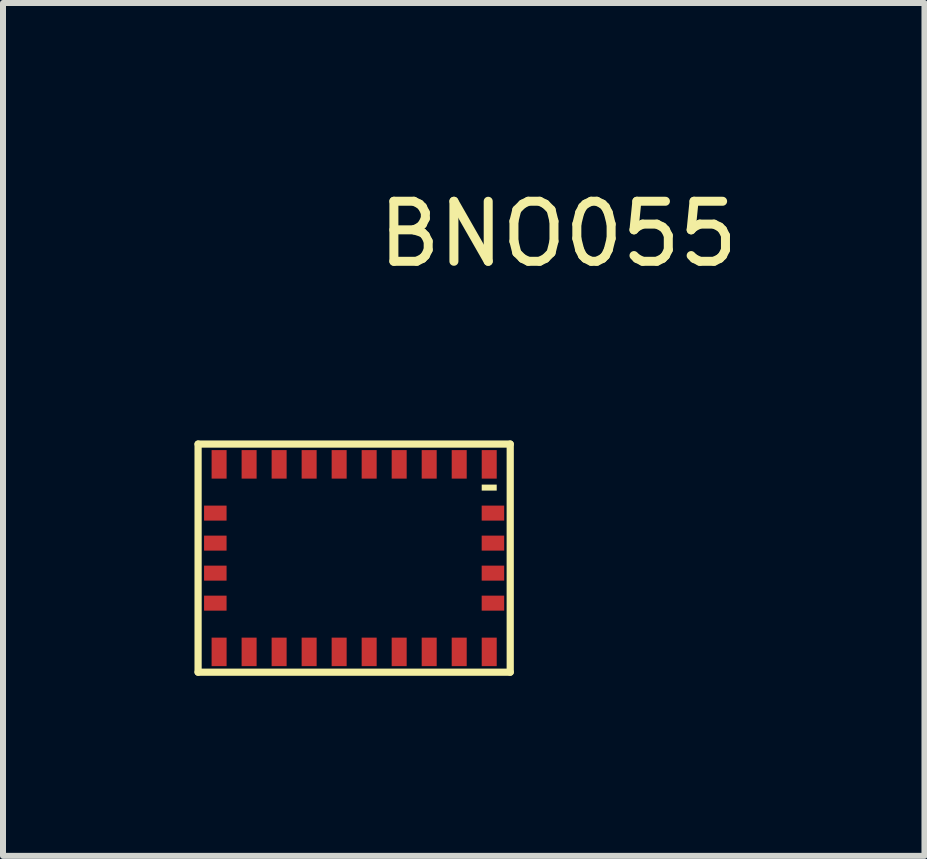
<source format=kicad_pcb>
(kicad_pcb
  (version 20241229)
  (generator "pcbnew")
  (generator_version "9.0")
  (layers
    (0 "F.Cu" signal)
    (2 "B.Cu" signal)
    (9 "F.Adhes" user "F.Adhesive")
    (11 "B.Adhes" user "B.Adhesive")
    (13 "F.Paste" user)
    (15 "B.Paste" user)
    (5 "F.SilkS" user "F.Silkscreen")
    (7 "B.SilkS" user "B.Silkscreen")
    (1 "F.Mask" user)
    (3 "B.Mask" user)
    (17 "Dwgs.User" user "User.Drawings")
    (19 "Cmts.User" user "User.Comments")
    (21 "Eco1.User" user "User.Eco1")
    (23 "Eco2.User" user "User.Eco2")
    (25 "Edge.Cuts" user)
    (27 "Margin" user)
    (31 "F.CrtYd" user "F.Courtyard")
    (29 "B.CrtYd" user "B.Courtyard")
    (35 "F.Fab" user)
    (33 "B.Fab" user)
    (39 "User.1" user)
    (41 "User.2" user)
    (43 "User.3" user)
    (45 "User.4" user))
  (footprint "BNO055"
    (layer "F.Cu")
    (at 0.25 4.348)
    (property "Reference" "BNO055" (at 6 -3.5 0) (layer "F.SilkS") (effects (font (size 1 1) (thickness 0.15))))
    (attr through_hole)
    (fp_line (start 0 0) (end 5.2 0) (stroke (width 0.12) (type solid)) (layer "F.SilkS"))
    (fp_line (start 0 3.8) (end 0 0) (stroke (width 0.12) (type solid)) (layer "F.SilkS"))
    (fp_line (start 5.2 0) (end 5.2 3.8) (stroke (width 0.12) (type solid)) (layer "F.SilkS"))
    (fp_line (start 5.2 3.8) (end 0 3.8) (stroke (width 0.12) (type solid)) (layer "F.SilkS"))
    (pad "" smd rect (at 4.85 0.725) (size 0.25 0.1) (layers "F.SilkS"))
    (pad "1" smd rect (at 4.85 0.338) (size 0.25 0.475) (layers "F.Cu" "F.Mask" "F.Paste"))
    (pad "2" smd rect (at 4.912 1.15 180) (size 0.375 0.25) (layers "F.Cu" "F.Mask" "F.Paste"))
    (pad "3" smd rect (at 4.912 1.65 180) (size 0.375 0.25) (layers "F.Cu" "F.Mask" "F.Paste"))
    (pad "4" smd rect (at 4.912 2.15 180) (size 0.375 0.25) (layers "F.Cu" "F.Mask" "F.Paste"))
    (pad "5" smd rect (at 4.912 2.65 180) (size 0.375 0.25) (layers "F.Cu" "F.Mask" "F.Paste"))
    (pad "6" smd rect (at 4.85 3.462 180) (size 0.25 0.475) (layers "F.Cu" "F.Mask" "F.Paste"))
    (pad "7" smd rect (at 4.35 3.462 180) (size 0.25 0.475) (layers "F.Cu" "F.Mask" "F.Paste"))
    (pad "8" smd rect (at 3.85 3.462 180) (size 0.25 0.475) (layers "F.Cu" "F.Mask" "F.Paste"))
    (pad "9" smd rect (at 3.35 3.462 180) (size 0.25 0.475) (layers "F.Cu" "F.Mask" "F.Paste"))
    (pad "10" smd rect (at 2.85 3.462 180) (size 0.25 0.475) (layers "F.Cu" "F.Mask" "F.Paste"))
    (pad "11" smd rect (at 2.35 3.462 180) (size 0.25 0.475) (layers "F.Cu" "F.Mask" "F.Paste"))
    (pad "12" smd rect (at 1.85 3.462 180) (size 0.25 0.475) (layers "F.Cu" "F.Mask" "F.Paste"))
    (pad "13" smd rect (at 1.35 3.462 180) (size 0.25 0.475) (layers "F.Cu" "F.Mask" "F.Paste"))
    (pad "14" smd rect (at 0.85 3.462 180) (size 0.25 0.475) (layers "F.Cu" "F.Mask" "F.Paste"))
    (pad "15" smd rect (at 0.35 3.462 180) (size 0.25 0.475) (layers "F.Cu" "F.Mask" "F.Paste"))
    (pad "16" smd rect (at 0.287 2.65) (size 0.375 0.25) (layers "F.Cu" "F.Mask" "F.Paste"))
    (pad "17" smd rect (at 0.287 2.15) (size 0.375 0.25) (layers "F.Cu" "F.Mask" "F.Paste"))
    (pad "18" smd rect (at 0.287 1.65) (size 0.375 0.25) (layers "F.Cu" "F.Mask" "F.Paste"))
    (pad "19" smd rect (at 0.287 1.15) (size 0.375 0.25) (layers "F.Cu" "F.Mask" "F.Paste"))
    (pad "20" smd rect (at 0.35 0.338) (size 0.25 0.475) (layers "F.Cu" "F.Mask" "F.Paste"))
    (pad "21" smd rect (at 0.85 0.338) (size 0.25 0.475) (layers "F.Cu" "F.Mask" "F.Paste"))
    (pad "22" smd rect (at 1.35 0.338) (size 0.25 0.475) (layers "F.Cu" "F.Mask" "F.Paste"))
    (pad "23" smd rect (at 1.85 0.338) (size 0.25 0.475) (layers "F.Cu" "F.Mask" "F.Paste"))
    (pad "24" smd rect (at 2.35 0.338) (size 0.25 0.475) (layers "F.Cu" "F.Mask" "F.Paste"))
    (pad "25" smd rect (at 2.85 0.338) (size 0.25 0.475) (layers "F.Cu" "F.Mask" "F.Paste"))
    (pad "26" smd rect (at 3.35 0.338) (size 0.25 0.475) (layers "F.Cu" "F.Mask" "F.Paste"))
    (pad "27" smd rect (at 3.85 0.338) (size 0.25 0.475) (layers "F.Cu" "F.Mask" "F.Paste"))
    (pad "28" smd rect (at 4.35 0.338) (size 0.25 0.475) (layers "F.Cu" "F.Mask" "F.Paste")))
  (gr_rect
    (start -3 -3)
    (end 12.351 11.208)
    (stroke (width 0.1) (type default))
    (fill no)
    (layer "Edge.Cuts")))
</source>
